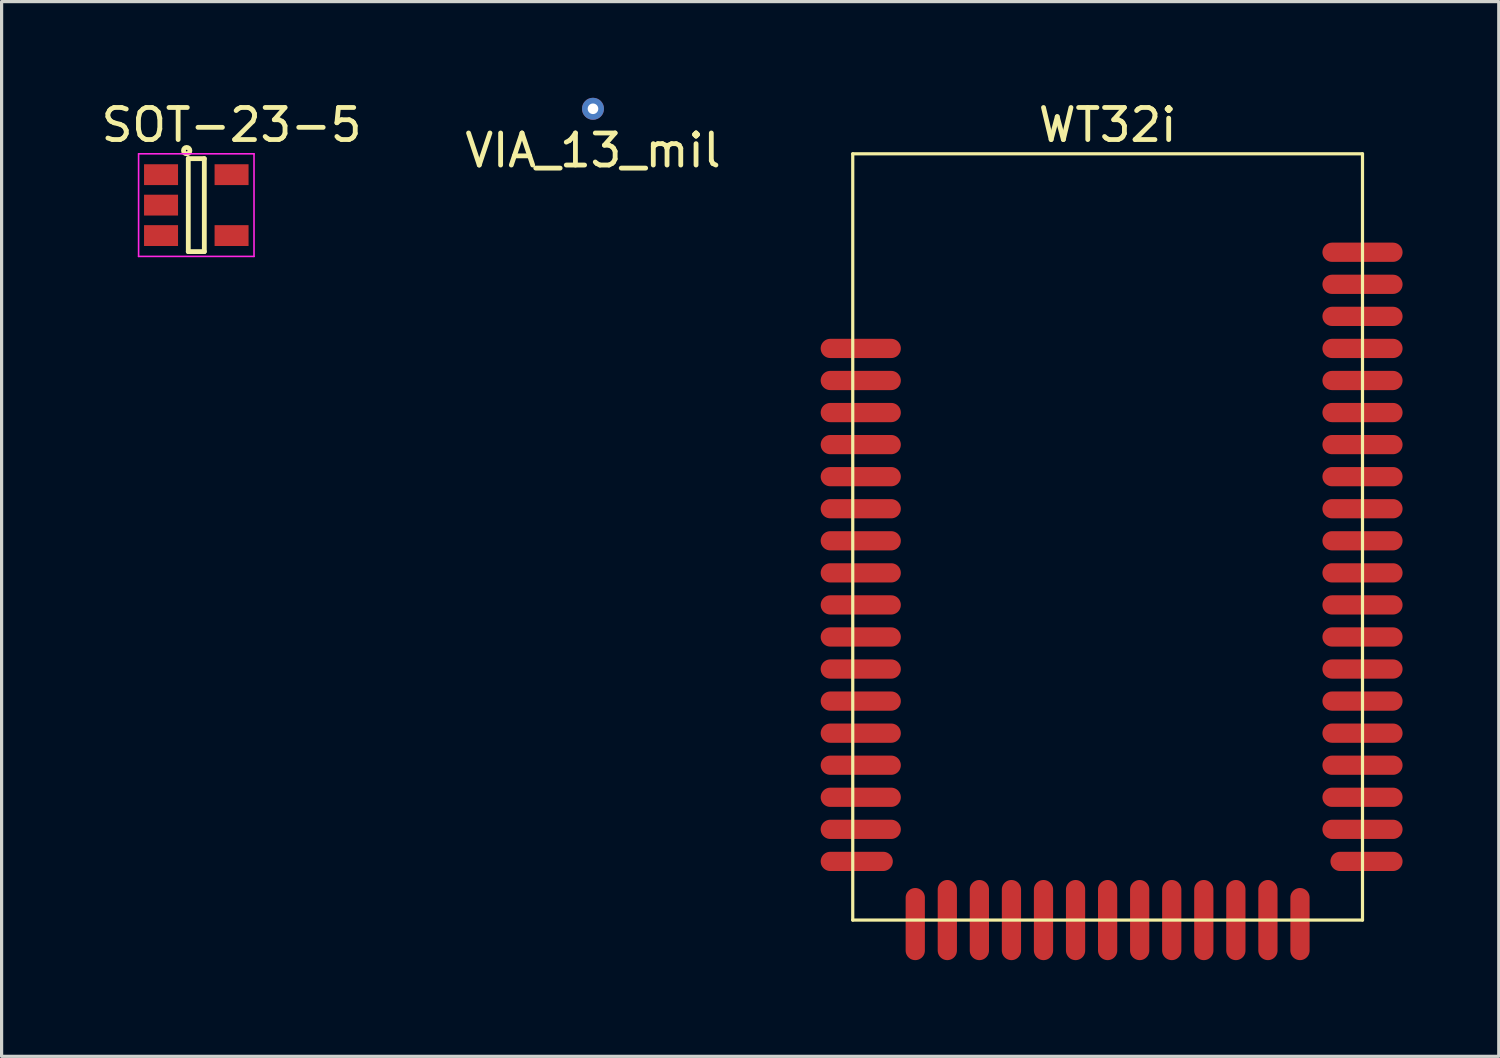
<source format=kicad_pcb>
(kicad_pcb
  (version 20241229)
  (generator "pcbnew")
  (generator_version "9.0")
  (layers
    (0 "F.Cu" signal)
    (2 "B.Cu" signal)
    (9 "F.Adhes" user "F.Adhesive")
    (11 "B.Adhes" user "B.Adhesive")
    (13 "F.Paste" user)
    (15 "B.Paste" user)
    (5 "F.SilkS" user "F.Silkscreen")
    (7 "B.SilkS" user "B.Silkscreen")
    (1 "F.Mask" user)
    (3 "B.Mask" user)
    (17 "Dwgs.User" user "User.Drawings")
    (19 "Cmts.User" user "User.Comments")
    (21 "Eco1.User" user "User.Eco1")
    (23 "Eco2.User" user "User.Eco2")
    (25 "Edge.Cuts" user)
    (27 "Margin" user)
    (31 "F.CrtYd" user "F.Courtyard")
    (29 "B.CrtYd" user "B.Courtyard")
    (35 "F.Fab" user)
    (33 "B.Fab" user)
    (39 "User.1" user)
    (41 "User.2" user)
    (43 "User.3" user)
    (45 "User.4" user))
  (footprint "SOT-23-5"
    (layer "F.Cu")
    (at 3.073 3.348)
    (property "Reference" "SOT-23-5" (at 1.1 -2.5 0) (layer "F.SilkS") (effects (font (size 1 1) (thickness 0.15))))
    (attr smd)
    (fp_line (start -0.25 -1.45) (end -0.25 1.45) (stroke (width 0.15) (type solid)) (layer "F.SilkS"))
    (fp_line (start -0.25 1.45) (end 0.25 1.45) (stroke (width 0.15) (type solid)) (layer "F.SilkS"))
    (fp_line (start 0.25 -1.45) (end -0.25 -1.45) (stroke (width 0.15) (type solid)) (layer "F.SilkS"))
    (fp_line (start 0.25 1.45) (end 0.25 -1.45) (stroke (width 0.15) (type solid)) (layer "F.SilkS"))
    (fp_circle (center -0.3 -1.7) (end -0.2 -1.7) (stroke (width 0.15) (type solid)) (fill no) (layer "F.SilkS"))
    (fp_line (start -1.8 -1.6) (end 1.8 -1.6) (stroke (width 0.05) (type solid)) (layer "F.CrtYd"))
    (fp_line (start -1.8 1.6) (end -1.8 -1.6) (stroke (width 0.05) (type solid)) (layer "F.CrtYd"))
    (fp_line (start 1.8 -1.6) (end 1.8 1.6) (stroke (width 0.05) (type solid)) (layer "F.CrtYd"))
    (fp_line (start 1.8 1.6) (end -1.8 1.6) (stroke (width 0.05) (type solid)) (layer "F.CrtYd"))
    (pad "1" smd rect (at -1.1 -0.95) (size 1.06 0.65) (layers "F.Cu" "F.Mask" "F.Paste"))
    (pad "2" smd rect (at -1.1 0) (size 1.06 0.65) (layers "F.Cu" "F.Mask" "F.Paste"))
    (pad "3" smd rect (at -1.1 0.95) (size 1.06 0.65) (layers "F.Cu" "F.Mask" "F.Paste"))
    (pad "4" smd rect (at 1.1 0.95) (size 1.06 0.65) (layers "F.Cu" "F.Mask" "F.Paste"))
    (pad "5" smd rect (at 1.1 -0.95) (size 1.06 0.65) (layers "F.Cu" "F.Mask" "F.Paste")))
  (footprint "VIA_13_mil"
    (layer "F.Cu")
    (at 15.446 0.343)
    (property "Reference" "VIA_13_mil" (at 0 1.3 0) (layer "F.SilkS") (effects (font (size 1 1) (thickness 0.15))))
    (attr through_hole)
    (pad "0" thru_hole circle (at 0 0) (size 0.686 0.686) (drill 0.33) (layers "*.Cu")))
  (footprint "WT32i"
    (layer "F.Cu")
    (at 31.498 13.448)
    (property "Reference" "WT32i" (at 0 -12.6 0) (layer "F.SilkS") (effects (font (size 1 1) (thickness 0.15))))
    (attr through_hole)
    (fp_line (start -7.95 -11.7) (end 7.95 -11.7) (stroke (width 0.1) (type solid)) (layer "F.SilkS"))
    (fp_line (start -7.95 12.2) (end -7.95 -11.7) (stroke (width 0.1) (type solid)) (layer "F.SilkS"))
    (fp_line (start 7.95 -11.7) (end 7.95 12.2) (stroke (width 0.1) (type solid)) (layer "F.SilkS"))
    (fp_line (start 7.95 12.2) (end -7.95 12.2) (stroke (width 0.1) (type solid)) (layer "F.SilkS"))
    (pad "1" smd oval (at -7.7 -5.63) (size 2.5 0.6) (layers "F.Cu" "F.Mask" "F.Paste"))
    (pad "2" smd oval (at -7.7 -4.63) (size 2.5 0.6) (layers "F.Cu" "F.Mask" "F.Paste"))
    (pad "3" smd oval (at -7.7 -3.63) (size 2.5 0.6) (layers "F.Cu" "F.Mask" "F.Paste"))
    (pad "4" smd oval (at -7.7 -2.63) (size 2.5 0.6) (layers "F.Cu" "F.Mask" "F.Paste"))
    (pad "5" smd oval (at -7.7 -1.63) (size 2.5 0.6) (layers "F.Cu" "F.Mask" "F.Paste"))
    (pad "6" smd oval (at -7.7 -0.63) (size 2.5 0.6) (layers "F.Cu" "F.Mask" "F.Paste"))
    (pad "7" smd oval (at -7.7 0.37) (size 2.5 0.6) (layers "F.Cu" "F.Mask" "F.Paste"))
    (pad "8" smd oval (at -7.7 1.37) (size 2.5 0.6) (layers "F.Cu" "F.Mask" "F.Paste"))
    (pad "9" smd oval (at -7.7 2.37) (size 2.5 0.6) (layers "F.Cu" "F.Mask" "F.Paste"))
    (pad "10" smd oval (at -7.7 3.37) (size 2.5 0.6) (layers "F.Cu" "F.Mask" "F.Paste"))
    (pad "11" smd oval (at -7.7 4.37) (size 2.5 0.6) (layers "F.Cu" "F.Mask" "F.Paste"))
    (pad "12" smd oval (at -7.7 5.37) (size 2.5 0.6) (layers "F.Cu" "F.Mask" "F.Paste"))
    (pad "13" smd oval (at -7.7 6.37) (size 2.5 0.6) (layers "F.Cu" "F.Mask" "F.Paste"))
    (pad "14" smd oval (at -7.7 7.37) (size 2.5 0.6) (layers "F.Cu" "F.Mask" "F.Paste"))
    (pad "15" smd oval (at -7.7 8.37) (size 2.5 0.6) (layers "F.Cu" "F.Mask" "F.Paste"))
    (pad "16" smd oval (at -7.7 9.37) (size 2.5 0.6) (layers "F.Cu" "F.Mask" "F.Paste"))
    (pad "17" smd oval (at -7.825 10.37) (size 2.25 0.6) (layers "F.Cu" "F.Mask" "F.Paste"))
    (pad "18" smd oval (at -6 12.325 90) (size 2.25 0.6) (layers "F.Cu" "F.Mask" "F.Paste"))
    (pad "19" smd oval (at -5 12.2 90) (size 2.5 0.6) (layers "F.Cu" "F.Mask" "F.Paste"))
    (pad "20" smd oval (at -4 12.2 90) (size 2.5 0.6) (layers "F.Cu" "F.Mask" "F.Paste"))
    (pad "21" smd oval (at -3 12.2 90) (size 2.5 0.6) (layers "F.Cu" "F.Mask" "F.Paste"))
    (pad "22" smd oval (at -2 12.2 90) (size 2.5 0.6) (layers "F.Cu" "F.Mask" "F.Paste"))
    (pad "23" smd oval (at -1 12.2 90) (size 2.5 0.6) (layers "F.Cu" "F.Mask" "F.Paste"))
    (pad "24" smd oval (at 0 12.2 90) (size 2.5 0.6) (layers "F.Cu" "F.Mask" "F.Paste"))
    (pad "25" smd oval (at 1 12.2 90) (size 2.5 0.6) (layers "F.Cu" "F.Mask" "F.Paste"))
    (pad "26" smd oval (at 2 12.2 90) (size 2.5 0.6) (layers "F.Cu" "F.Mask" "F.Paste"))
    (pad "27" smd oval (at 3 12.2 90) (size 2.5 0.6) (layers "F.Cu" "F.Mask" "F.Paste"))
    (pad "28" smd oval (at 4 12.2 90) (size 2.5 0.6) (layers "F.Cu" "F.Mask" "F.Paste"))
    (pad "29" smd oval (at 5 12.2 90) (size 2.5 0.6) (layers "F.Cu" "F.Mask" "F.Paste"))
    (pad "30" smd oval (at 6 12.325 90) (size 2.25 0.6) (layers "F.Cu" "F.Mask" "F.Paste"))
    (pad "31" smd oval (at 8.075 10.37) (size 2.25 0.6) (layers "F.Cu" "F.Mask" "F.Paste"))
    (pad "32" smd oval (at 7.95 9.37) (size 2.5 0.6) (layers "F.Cu" "F.Mask" "F.Paste"))
    (pad "33" smd oval (at 7.95 8.37) (size 2.5 0.6) (layers "F.Cu" "F.Mask" "F.Paste"))
    (pad "34" smd oval (at 7.95 7.37) (size 2.5 0.6) (layers "F.Cu" "F.Mask" "F.Paste"))
    (pad "35" smd oval (at 7.95 6.37) (size 2.5 0.6) (layers "F.Cu" "F.Mask" "F.Paste"))
    (pad "36" smd oval (at 7.95 5.37) (size 2.5 0.6) (layers "F.Cu" "F.Mask" "F.Paste"))
    (pad "37" smd oval (at 7.95 4.37) (size 2.5 0.6) (layers "F.Cu" "F.Mask" "F.Paste"))
    (pad "38" smd oval (at 7.95 3.37) (size 2.5 0.6) (layers "F.Cu" "F.Mask" "F.Paste"))
    (pad "39" smd oval (at 7.95 2.37) (size 2.5 0.6) (layers "F.Cu" "F.Mask" "F.Paste"))
    (pad "40" smd oval (at 7.95 1.37) (size 2.5 0.6) (layers "F.Cu" "F.Mask" "F.Paste"))
    (pad "41" smd oval (at 7.95 0.37) (size 2.5 0.6) (layers "F.Cu" "F.Mask" "F.Paste"))
    (pad "42" smd oval (at 7.95 -0.63) (size 2.5 0.6) (layers "F.Cu" "F.Mask" "F.Paste"))
    (pad "43" smd oval (at 7.95 -1.63) (size 2.5 0.6) (layers "F.Cu" "F.Mask" "F.Paste"))
    (pad "44" smd oval (at 7.95 -2.63) (size 2.5 0.6) (layers "F.Cu" "F.Mask" "F.Paste"))
    (pad "45" smd oval (at 7.95 -3.63) (size 2.5 0.6) (layers "F.Cu" "F.Mask" "F.Paste"))
    (pad "46" smd oval (at 7.95 -4.63) (size 2.5 0.6) (layers "F.Cu" "F.Mask" "F.Paste"))
    (pad "47" smd oval (at 7.95 -5.63) (size 2.5 0.6) (layers "F.Cu" "F.Mask" "F.Paste"))
    (pad "48" smd oval (at 7.95 -6.63) (size 2.5 0.6) (layers "F.Cu" "F.Mask" "F.Paste"))
    (pad "49" smd oval (at 7.95 -7.63) (size 2.5 0.6) (layers "F.Cu" "F.Mask" "F.Paste"))
    (pad "50" smd oval (at 7.95 -8.63) (size 2.5 0.6) (layers "F.Cu" "F.Mask" "F.Paste")))
  (gr_rect
    (start -3 -3)
    (end 43.698 29.898)
    (stroke (width 0.1) (type default))
    (fill no)
    (layer "Edge.Cuts")))
</source>
